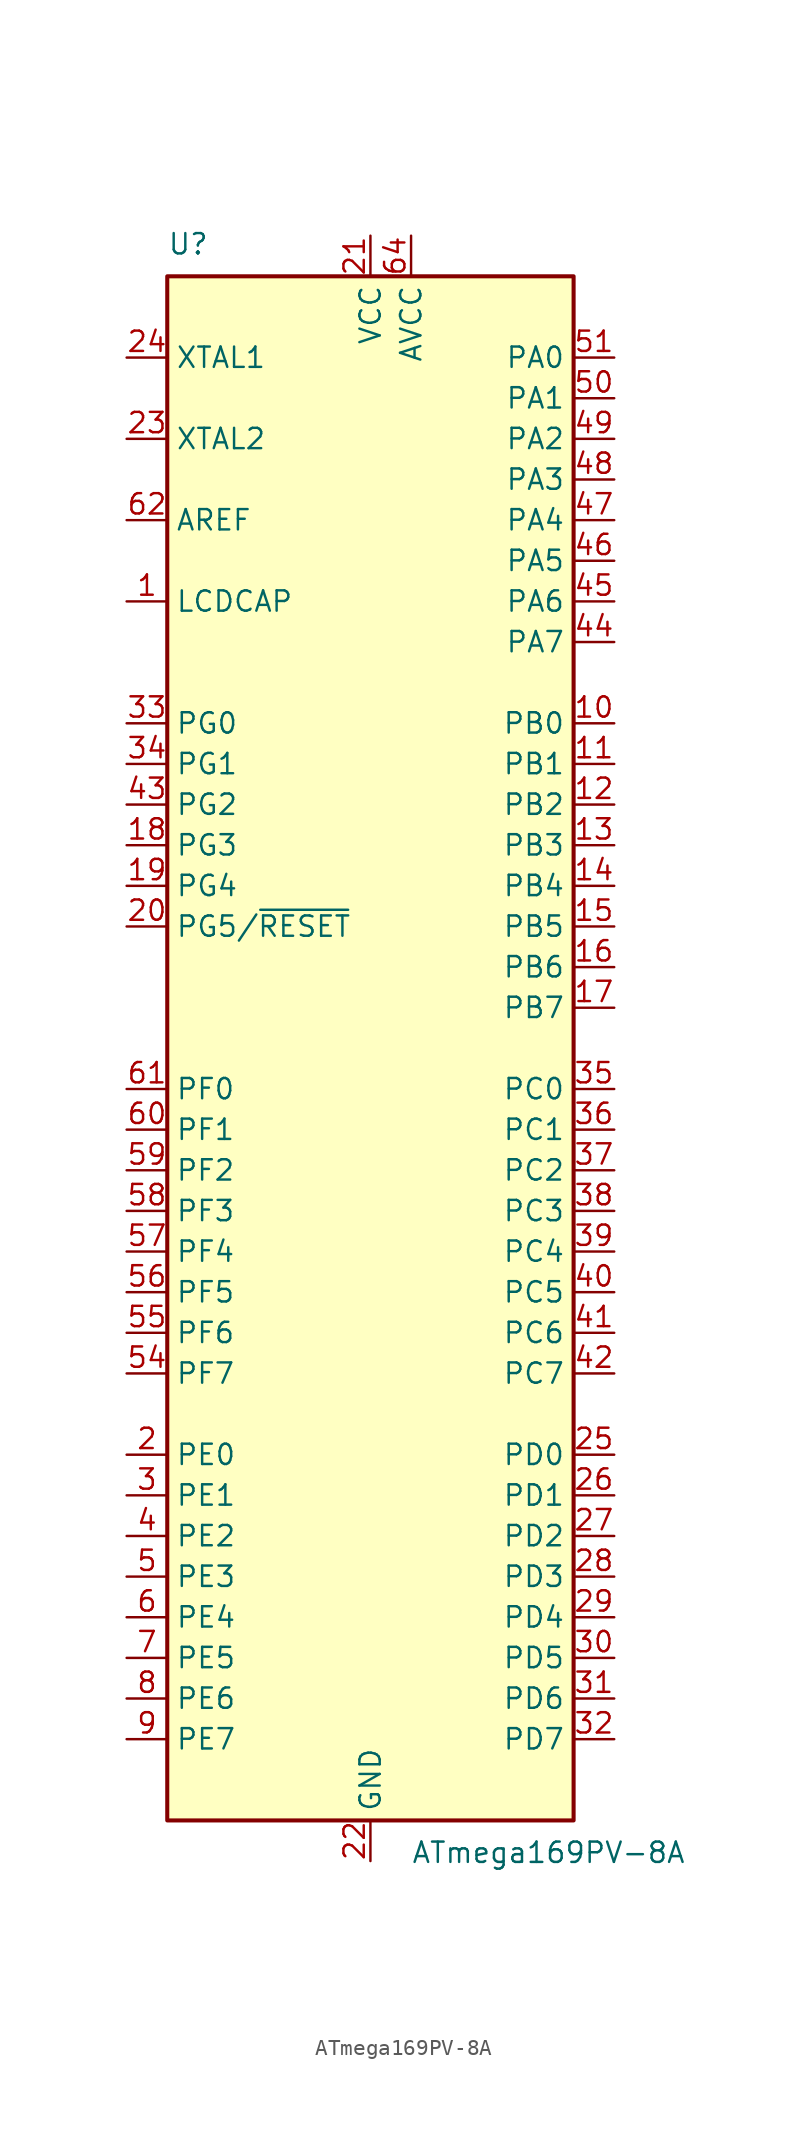
<source format=kicad_sym>
(kicad_symbol_lib
  (version 20201005)
  (generator kicad_symbol_editor)
  (symbol "ATmega169PV-8A"
    (property "Reference" "U"
      (at -12.7 49.53 0)
      (effects (font (size 1.27 1.27)) (justify left bottom)))
    (property "Value" "ATmega169PV-8A"
      (at 2.54 -49.53 0)
      (effects (font (size 1.27 1.27)) (justify left top)))
    (symbol "ATmega169PV-8A_0_1"
      (rectangle (start -12.7 -48.26) (end 12.7 48.26) (stroke (width 0.254)) (fill (type background))))
    (symbol "ATmega169PV-8A_1_1"
      (pin passive line (at -15.24 27.94 0) (length 2.54) (name "LCDCAP" (effects (font (size 1.27 1.27)))) (number "1" (effects (font (size 1.27 1.27)))))
      (pin bidirectional line (at 15.24 20.32 180) (length 2.54) (name "PB0" (effects (font (size 1.27 1.27)))) (number "10" (effects (font (size 1.27 1.27)))))
      (pin bidirectional line (at 15.24 17.78 180) (length 2.54) (name "PB1" (effects (font (size 1.27 1.27)))) (number "11" (effects (font (size 1.27 1.27)))))
      (pin bidirectional line (at 15.24 15.24 180) (length 2.54) (name "PB2" (effects (font (size 1.27 1.27)))) (number "12" (effects (font (size 1.27 1.27)))))
      (pin bidirectional line (at 15.24 12.7 180) (length 2.54) (name "PB3" (effects (font (size 1.27 1.27)))) (number "13" (effects (font (size 1.27 1.27)))))
      (pin bidirectional line (at 15.24 10.16 180) (length 2.54) (name "PB4" (effects (font (size 1.27 1.27)))) (number "14" (effects (font (size 1.27 1.27)))))
      (pin bidirectional line (at 15.24 7.62 180) (length 2.54) (name "PB5" (effects (font (size 1.27 1.27)))) (number "15" (effects (font (size 1.27 1.27)))))
      (pin bidirectional line (at 15.24 5.08 180) (length 2.54) (name "PB6" (effects (font (size 1.27 1.27)))) (number "16" (effects (font (size 1.27 1.27)))))
      (pin bidirectional line (at 15.24 2.54 180) (length 2.54) (name "PB7" (effects (font (size 1.27 1.27)))) (number "17" (effects (font (size 1.27 1.27)))))
      (pin bidirectional line (at -15.24 12.7 0) (length 2.54) (name "PG3" (effects (font (size 1.27 1.27)))) (number "18" (effects (font (size 1.27 1.27)))))
      (pin bidirectional line (at -15.24 10.16 0) (length 2.54) (name "PG4" (effects (font (size 1.27 1.27)))) (number "19" (effects (font (size 1.27 1.27)))))
      (pin bidirectional line (at -15.24 -25.4 0) (length 2.54) (name "PE0" (effects (font (size 1.27 1.27)))) (number "2" (effects (font (size 1.27 1.27)))))
      (pin bidirectional line (at -15.24 7.62 0) (length 2.54) (name "PG5/~RESET" (effects (font (size 1.27 1.27)))) (number "20" (effects (font (size 1.27 1.27)))))
      (pin power_in line (at 0 50.8 270) (length 2.54) (name "VCC" (effects (font (size 1.27 1.27)))) (number "21" (effects (font (size 1.27 1.27)))))
      (pin power_in line (at 0 -50.8 90) (length 2.54) (name "GND" (effects (font (size 1.27 1.27)))) (number "22" (effects (font (size 1.27 1.27)))))
      (pin output line (at -15.24 38.1 0) (length 2.54) (name "XTAL2" (effects (font (size 1.27 1.27)))) (number "23" (effects (font (size 1.27 1.27)))))
      (pin input line (at -15.24 43.18 0) (length 2.54) (name "XTAL1" (effects (font (size 1.27 1.27)))) (number "24" (effects (font (size 1.27 1.27)))))
      (pin bidirectional line (at 15.24 -25.4 180) (length 2.54) (name "PD0" (effects (font (size 1.27 1.27)))) (number "25" (effects (font (size 1.27 1.27)))))
      (pin bidirectional line (at 15.24 -27.94 180) (length 2.54) (name "PD1" (effects (font (size 1.27 1.27)))) (number "26" (effects (font (size 1.27 1.27)))))
      (pin bidirectional line (at 15.24 -30.48 180) (length 2.54) (name "PD2" (effects (font (size 1.27 1.27)))) (number "27" (effects (font (size 1.27 1.27)))))
      (pin bidirectional line (at 15.24 -33.02 180) (length 2.54) (name "PD3" (effects (font (size 1.27 1.27)))) (number "28" (effects (font (size 1.27 1.27)))))
      (pin bidirectional line (at 15.24 -35.56 180) (length 2.54) (name "PD4" (effects (font (size 1.27 1.27)))) (number "29" (effects (font (size 1.27 1.27)))))
      (pin bidirectional line (at -15.24 -27.94 0) (length 2.54) (name "PE1" (effects (font (size 1.27 1.27)))) (number "3" (effects (font (size 1.27 1.27)))))
      (pin bidirectional line (at 15.24 -38.1 180) (length 2.54) (name "PD5" (effects (font (size 1.27 1.27)))) (number "30" (effects (font (size 1.27 1.27)))))
      (pin bidirectional line (at 15.24 -40.64 180) (length 2.54) (name "PD6" (effects (font (size 1.27 1.27)))) (number "31" (effects (font (size 1.27 1.27)))))
      (pin bidirectional line (at 15.24 -43.18 180) (length 2.54) (name "PD7" (effects (font (size 1.27 1.27)))) (number "32" (effects (font (size 1.27 1.27)))))
      (pin bidirectional line (at -15.24 20.32 0) (length 2.54) (name "PG0" (effects (font (size 1.27 1.27)))) (number "33" (effects (font (size 1.27 1.27)))))
      (pin bidirectional line (at -15.24 17.78 0) (length 2.54) (name "PG1" (effects (font (size 1.27 1.27)))) (number "34" (effects (font (size 1.27 1.27)))))
      (pin bidirectional line (at 15.24 -2.54 180) (length 2.54) (name "PC0" (effects (font (size 1.27 1.27)))) (number "35" (effects (font (size 1.27 1.27)))))
      (pin bidirectional line (at 15.24 -5.08 180) (length 2.54) (name "PC1" (effects (font (size 1.27 1.27)))) (number "36" (effects (font (size 1.27 1.27)))))
      (pin bidirectional line (at 15.24 -7.62 180) (length 2.54) (name "PC2" (effects (font (size 1.27 1.27)))) (number "37" (effects (font (size 1.27 1.27)))))
      (pin bidirectional line (at 15.24 -10.16 180) (length 2.54) (name "PC3" (effects (font (size 1.27 1.27)))) (number "38" (effects (font (size 1.27 1.27)))))
      (pin bidirectional line (at 15.24 -12.7 180) (length 2.54) (name "PC4" (effects (font (size 1.27 1.27)))) (number "39" (effects (font (size 1.27 1.27)))))
      (pin bidirectional line (at -15.24 -30.48 0) (length 2.54) (name "PE2" (effects (font (size 1.27 1.27)))) (number "4" (effects (font (size 1.27 1.27)))))
      (pin bidirectional line (at 15.24 -15.24 180) (length 2.54) (name "PC5" (effects (font (size 1.27 1.27)))) (number "40" (effects (font (size 1.27 1.27)))))
      (pin bidirectional line (at 15.24 -17.78 180) (length 2.54) (name "PC6" (effects (font (size 1.27 1.27)))) (number "41" (effects (font (size 1.27 1.27)))))
      (pin bidirectional line (at 15.24 -20.32 180) (length 2.54) (name "PC7" (effects (font (size 1.27 1.27)))) (number "42" (effects (font (size 1.27 1.27)))))
      (pin bidirectional line (at -15.24 15.24 0) (length 2.54) (name "PG2" (effects (font (size 1.27 1.27)))) (number "43" (effects (font (size 1.27 1.27)))))
      (pin bidirectional line (at 15.24 25.4 180) (length 2.54) (name "PA7" (effects (font (size 1.27 1.27)))) (number "44" (effects (font (size 1.27 1.27)))))
      (pin bidirectional line (at 15.24 27.94 180) (length 2.54) (name "PA6" (effects (font (size 1.27 1.27)))) (number "45" (effects (font (size 1.27 1.27)))))
      (pin bidirectional line (at 15.24 30.48 180) (length 2.54) (name "PA5" (effects (font (size 1.27 1.27)))) (number "46" (effects (font (size 1.27 1.27)))))
      (pin bidirectional line (at 15.24 33.02 180) (length 2.54) (name "PA4" (effects (font (size 1.27 1.27)))) (number "47" (effects (font (size 1.27 1.27)))))
      (pin bidirectional line (at 15.24 35.56 180) (length 2.54) (name "PA3" (effects (font (size 1.27 1.27)))) (number "48" (effects (font (size 1.27 1.27)))))
      (pin bidirectional line (at 15.24 38.1 180) (length 2.54) (name "PA2" (effects (font (size 1.27 1.27)))) (number "49" (effects (font (size 1.27 1.27)))))
      (pin bidirectional line (at -15.24 -33.02 0) (length 2.54) (name "PE3" (effects (font (size 1.27 1.27)))) (number "5" (effects (font (size 1.27 1.27)))))
      (pin bidirectional line (at 15.24 40.64 180) (length 2.54) (name "PA1" (effects (font (size 1.27 1.27)))) (number "50" (effects (font (size 1.27 1.27)))))
      (pin bidirectional line (at 15.24 43.18 180) (length 2.54) (name "PA0" (effects (font (size 1.27 1.27)))) (number "51" (effects (font (size 1.27 1.27)))))
      (pin passive line (at 0 50.8 270) (length 2.54) hide (name "VCC" (effects (font (size 1.27 1.27)))) (number "52" (effects (font (size 1.27 1.27)))))
      (pin passive line (at 0 -50.8 90) (length 2.54) hide (name "GND" (effects (font (size 1.27 1.27)))) (number "53" (effects (font (size 1.27 1.27)))))
      (pin bidirectional line (at -15.24 -20.32 0) (length 2.54) (name "PF7" (effects (font (size 1.27 1.27)))) (number "54" (effects (font (size 1.27 1.27)))))
      (pin bidirectional line (at -15.24 -17.78 0) (length 2.54) (name "PF6" (effects (font (size 1.27 1.27)))) (number "55" (effects (font (size 1.27 1.27)))))
      (pin bidirectional line (at -15.24 -15.24 0) (length 2.54) (name "PF5" (effects (font (size 1.27 1.27)))) (number "56" (effects (font (size 1.27 1.27)))))
      (pin bidirectional line (at -15.24 -12.7 0) (length 2.54) (name "PF4" (effects (font (size 1.27 1.27)))) (number "57" (effects (font (size 1.27 1.27)))))
      (pin bidirectional line (at -15.24 -10.16 0) (length 2.54) (name "PF3" (effects (font (size 1.27 1.27)))) (number "58" (effects (font (size 1.27 1.27)))))
      (pin bidirectional line (at -15.24 -7.62 0) (length 2.54) (name "PF2" (effects (font (size 1.27 1.27)))) (number "59" (effects (font (size 1.27 1.27)))))
      (pin bidirectional line (at -15.24 -35.56 0) (length 2.54) (name "PE4" (effects (font (size 1.27 1.27)))) (number "6" (effects (font (size 1.27 1.27)))))
      (pin bidirectional line (at -15.24 -5.08 0) (length 2.54) (name "PF1" (effects (font (size 1.27 1.27)))) (number "60" (effects (font (size 1.27 1.27)))))
      (pin bidirectional line (at -15.24 -2.54 0) (length 2.54) (name "PF0" (effects (font (size 1.27 1.27)))) (number "61" (effects (font (size 1.27 1.27)))))
      (pin passive line (at -15.24 33.02 0) (length 2.54) (name "AREF" (effects (font (size 1.27 1.27)))) (number "62" (effects (font (size 1.27 1.27)))))
      (pin passive line (at 0 -50.8 90) (length 2.54) hide (name "GND" (effects (font (size 1.27 1.27)))) (number "63" (effects (font (size 1.27 1.27)))))
      (pin power_in line (at 2.54 50.8 270) (length 2.54) (name "AVCC" (effects (font (size 1.27 1.27)))) (number "64" (effects (font (size 1.27 1.27)))))
      (pin bidirectional line (at -15.24 -38.1 0) (length 2.54) (name "PE5" (effects (font (size 1.27 1.27)))) (number "7" (effects (font (size 1.27 1.27)))))
      (pin bidirectional line (at -15.24 -40.64 0) (length 2.54) (name "PE6" (effects (font (size 1.27 1.27)))) (number "8" (effects (font (size 1.27 1.27)))))
      (pin bidirectional line (at -15.24 -43.18 0) (length 2.54) (name "PE7" (effects (font (size 1.27 1.27)))) (number "9" (effects (font (size 1.27 1.27))))))))
</source>
